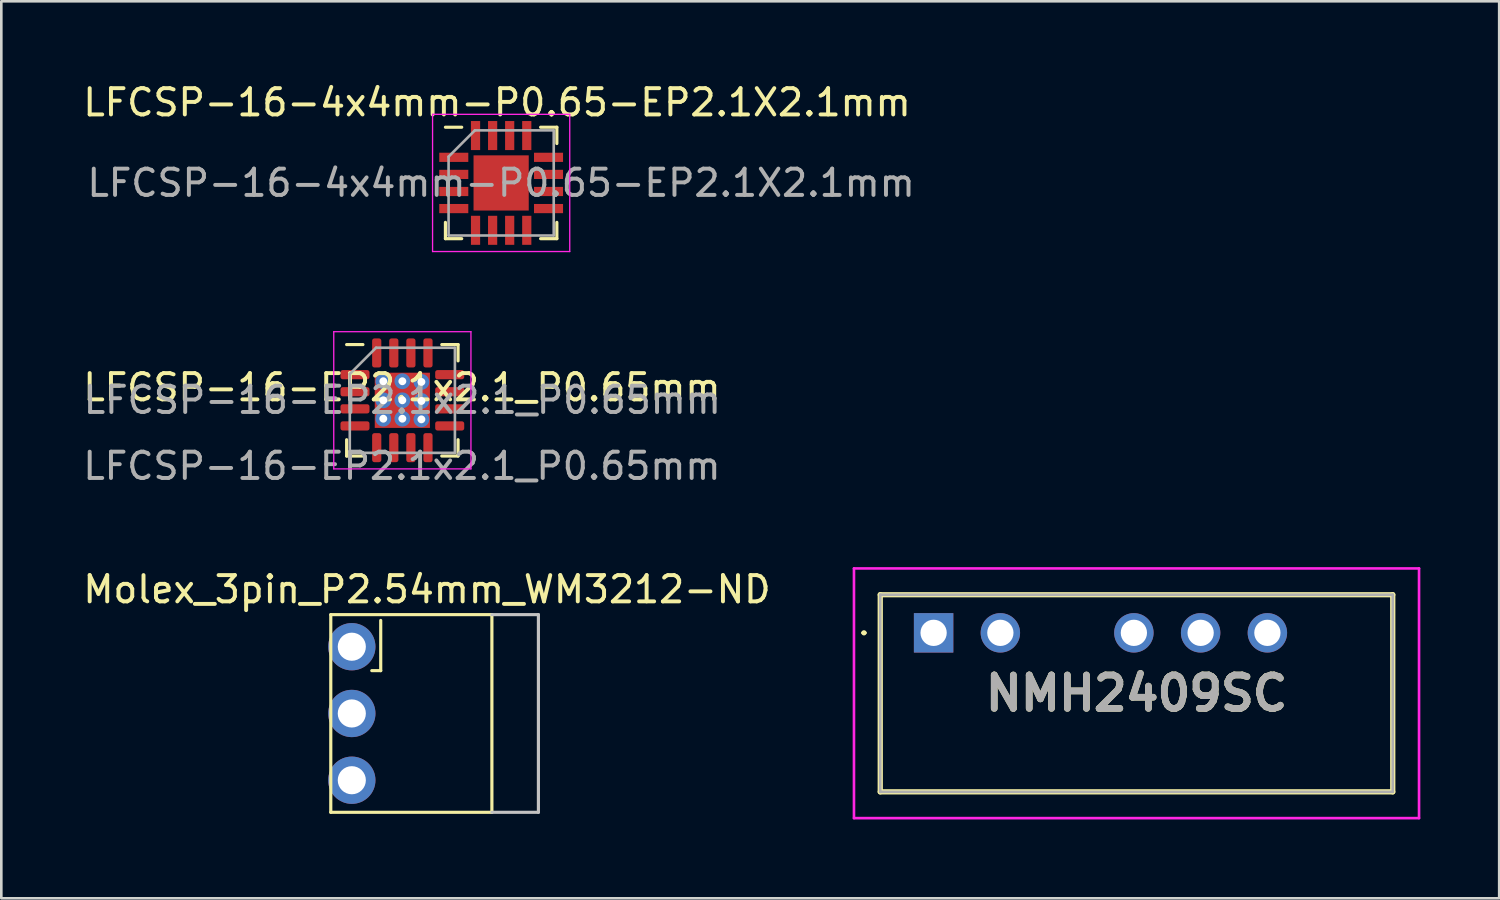
<source format=kicad_pcb>
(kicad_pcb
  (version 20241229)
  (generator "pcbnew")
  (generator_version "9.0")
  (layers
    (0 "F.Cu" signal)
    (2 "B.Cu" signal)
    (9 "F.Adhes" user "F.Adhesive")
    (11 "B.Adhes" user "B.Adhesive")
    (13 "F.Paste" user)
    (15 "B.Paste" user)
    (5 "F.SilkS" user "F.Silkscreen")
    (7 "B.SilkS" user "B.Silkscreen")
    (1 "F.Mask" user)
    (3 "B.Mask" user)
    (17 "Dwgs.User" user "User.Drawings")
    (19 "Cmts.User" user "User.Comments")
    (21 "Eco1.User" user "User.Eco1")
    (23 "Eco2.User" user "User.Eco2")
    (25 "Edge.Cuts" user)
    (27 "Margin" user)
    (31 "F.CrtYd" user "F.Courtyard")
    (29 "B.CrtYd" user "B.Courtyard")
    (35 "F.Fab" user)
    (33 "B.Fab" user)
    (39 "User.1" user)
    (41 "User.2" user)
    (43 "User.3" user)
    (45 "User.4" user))
  (footprint "LFCSP-16-EP2.1x2.1_P0.65mm"
    (layer "F.Cu")
    (at 12.259 12.181)
    (property "Reference" "LFCSP-16-EP2.1x2.1_P0.65mm" (at -0.015 -0.49 0) (unlocked yes) (layer "F.SilkS") (effects (font (size 1 1) (thickness 0.15))))
    (attr smd)
    (fp_line (start -2.12 2.12) (end -2.12 1.5) (stroke (width 0.12) (type solid)) (layer "F.SilkS"))
    (fp_line (start -1.5 -2.12) (end -2.12 -2.12) (stroke (width 0.12) (type solid)) (layer "F.SilkS"))
    (fp_line (start -1.5 2.12) (end -2.12 2.12) (stroke (width 0.12) (type solid)) (layer "F.SilkS"))
    (fp_line (start 1.5 -2.12) (end 2.12 -2.12) (stroke (width 0.12) (type solid)) (layer "F.SilkS"))
    (fp_line (start 1.5 2.12) (end 2.12 2.12) (stroke (width 0.12) (type solid)) (layer "F.SilkS"))
    (fp_line (start 2.12 -2.12) (end 2.12 -1.5) (stroke (width 0.12) (type solid)) (layer "F.SilkS"))
    (fp_line (start 2.12 2.12) (end 2.12 1.5) (stroke (width 0.12) (type solid)) (layer "F.SilkS"))
    (fp_line (start -2.61 -2.61) (end 2.61 -2.61) (stroke (width 0.05) (type solid)) (layer "F.CrtYd"))
    (fp_line (start -2.61 2.61) (end -2.61 -2.61) (stroke (width 0.05) (type solid)) (layer "F.CrtYd"))
    (fp_line (start 2.61 -2.61) (end 2.61 2.61) (stroke (width 0.05) (type solid)) (layer "F.CrtYd"))
    (fp_line (start 2.61 2.61) (end -2.61 2.61) (stroke (width 0.05) (type solid)) (layer "F.CrtYd"))
    (fp_line (start -2 2) (end -2 -1) (stroke (width 0.1) (type solid)) (layer "F.Fab"))
    (fp_line (start -1 -2) (end -2 -1) (stroke (width 0.1) (type solid)) (layer "F.Fab"))
    (fp_line (start -1 -2) (end 2 -2) (stroke (width 0.1) (type solid)) (layer "F.Fab"))
    (fp_line (start 2 -2) (end 2 2) (stroke (width 0.1) (type solid)) (layer "F.Fab"))
    (fp_line (start 2 2) (end -2 2) (stroke (width 0.1) (type solid)) (layer "F.Fab"))
    (fp_text user "${REFERENCE}" (at -0.015 2.5 0) (unlocked yes) (layer "F.Fab") (effects (font (size 1 1) (thickness 0.15))))
    (fp_text user "${REFERENCE}" (at 0 -0.01 0) (layer "F.Fab") (effects (font (size 1 1) (thickness 0.15))))
    (pad "" smd rect (at -0.525 -0.525) (size 0.9 0.9) (layers "F.Paste"))
    (pad "" smd rect (at -0.525 0.525) (size 0.9 0.9) (layers "F.Paste"))
    (pad "" smd rect (at 0.525 -0.525) (size 0.9 0.9) (layers "F.Paste"))
    (pad "" smd rect (at 0.525 0.525) (size 0.9 0.9) (layers "F.Paste"))
    (pad "1" smd roundrect (at -1.802 -0.975) (size 1.105 0.35) (layers "F.Cu" "F.Mask" "F.Paste") (roundrect_rratio 0.25))
    (pad "2" smd roundrect (at -1.802 -0.325) (size 1.105 0.35) (layers "F.Cu" "F.Mask" "F.Paste") (roundrect_rratio 0.25))
    (pad "3" smd roundrect (at -1.802 0.325) (size 1.105 0.35) (layers "F.Cu" "F.Mask" "F.Paste") (roundrect_rratio 0.25))
    (pad "4" smd roundrect (at -1.802 0.975) (size 1.105 0.35) (layers "F.Cu" "F.Mask" "F.Paste") (roundrect_rratio 0.25))
    (pad "5" smd roundrect (at -0.975 1.802) (size 0.35 1.105) (layers "F.Cu" "F.Mask" "F.Paste") (roundrect_rratio 0.25))
    (pad "6" smd roundrect (at -0.325 1.802) (size 0.35 1.105) (layers "F.Cu" "F.Mask" "F.Paste") (roundrect_rratio 0.25))
    (pad "7" smd roundrect (at 0.325 1.802) (size 0.35 1.105) (layers "F.Cu" "F.Mask" "F.Paste") (roundrect_rratio 0.25))
    (pad "8" smd roundrect (at 0.975 1.802) (size 0.35 1.105) (layers "F.Cu" "F.Mask" "F.Paste") (roundrect_rratio 0.25))
    (pad "9" smd roundrect (at 1.802 0.975) (size 1.105 0.35) (layers "F.Cu" "F.Mask" "F.Paste") (roundrect_rratio 0.25))
    (pad "10" smd roundrect (at 1.802 0.325) (size 1.105 0.35) (layers "F.Cu" "F.Mask" "F.Paste") (roundrect_rratio 0.25))
    (pad "11" smd roundrect (at 1.802 -0.325) (size 1.105 0.35) (layers "F.Cu" "F.Mask" "F.Paste") (roundrect_rratio 0.25))
    (pad "12" smd roundrect (at 1.802 -0.975) (size 1.105 0.35) (layers "F.Cu" "F.Mask" "F.Paste") (roundrect_rratio 0.25))
    (pad "13" smd roundrect (at 0.975 -1.802) (size 0.35 1.105) (layers "F.Cu" "F.Mask" "F.Paste") (roundrect_rratio 0.25))
    (pad "14" smd roundrect (at 0.325 -1.802) (size 0.35 1.105) (layers "F.Cu" "F.Mask" "F.Paste") (roundrect_rratio 0.25))
    (pad "15" smd roundrect (at -0.325 -1.802) (size 0.35 1.105) (layers "F.Cu" "F.Mask" "F.Paste") (roundrect_rratio 0.25))
    (pad "16" smd roundrect (at -0.975 -1.802) (size 0.35 1.105) (layers "F.Cu" "F.Mask" "F.Paste") (roundrect_rratio 0.25))
    (pad "17" thru_hole circle (at -0.725 -0.725) (size 0.6 0.6) (drill 0.3) (layers "*.Cu"))
    (pad "17" thru_hole circle (at -0.725 0) (size 0.6 0.6) (drill 0.3) (layers "*.Cu"))
    (pad "17" thru_hole circle (at -0.725 0.7) (size 0.6 0.6) (drill 0.3) (layers "*.Cu"))
    (pad "17" thru_hole circle (at 0 -0.725) (size 0.6 0.6) (drill 0.3) (layers "*.Cu"))
    (pad "17" thru_hole circle (at 0 0) (size 0.6 0.6) (drill 0.3) (layers "*.Cu"))
    (pad "17" smd rect (at 0 0) (size 2.1 2.1) (layers "F.Cu" "F.Mask"))
    (pad "17" thru_hole circle (at 0 0.7) (size 0.6 0.6) (drill 0.3) (layers "*.Cu"))
    (pad "17" thru_hole circle (at 0.725 -0.7) (size 0.6 0.6) (drill 0.3) (layers "*.Cu"))
    (pad "17" thru_hole circle (at 0.725 0.025) (size 0.6 0.6) (drill 0.3) (layers "*.Cu"))
    (pad "17" thru_hole circle (at 0.725 0.725) (size 0.6 0.6) (drill 0.3) (layers "*.Cu")))
  (footprint "LFCSP-16-4x4mm-P0.65-EP2.1X2.1mm"
    (layer "F.Cu")
    (at 14.216 2.936)
    (property "Reference" "LFCSP-16-4x4mm-P0.65-EP2.1X2.1mm" (at 1.647 -2.087 0) (unlocked yes) (layer "F.SilkS") (effects (font (size 1 1) (thickness 0.15))))
    (attr smd)
    (fp_line (start -0.318 3.095) (end -0.318 2.475) (stroke (width 0.12) (type solid)) (layer "F.SilkS"))
    (fp_line (start 0.302 -1.145) (end -0.318 -1.145) (stroke (width 0.12) (type solid)) (layer "F.SilkS"))
    (fp_line (start 0.302 3.095) (end -0.318 3.095) (stroke (width 0.12) (type solid)) (layer "F.SilkS"))
    (fp_line (start 3.303 -1.145) (end 3.922 -1.145) (stroke (width 0.12) (type solid)) (layer "F.SilkS"))
    (fp_line (start 3.303 3.095) (end 3.922 3.095) (stroke (width 0.12) (type solid)) (layer "F.SilkS"))
    (fp_line (start 3.922 -1.145) (end 3.922 -0.525) (stroke (width 0.12) (type solid)) (layer "F.SilkS"))
    (fp_line (start 3.922 3.095) (end 3.922 2.475) (stroke (width 0.12) (type solid)) (layer "F.SilkS"))
    (fp_line (start -0.807 -1.635) (end 4.412 -1.635) (stroke (width 0.05) (type solid)) (layer "F.CrtYd"))
    (fp_line (start -0.807 3.585) (end -0.807 -1.635) (stroke (width 0.05) (type solid)) (layer "F.CrtYd"))
    (fp_line (start 4.412 -1.635) (end 4.412 3.585) (stroke (width 0.05) (type solid)) (layer "F.CrtYd"))
    (fp_line (start 4.412 3.585) (end -0.807 3.585) (stroke (width 0.05) (type solid)) (layer "F.CrtYd"))
    (fp_line (start -0.198 2.975) (end -0.198 -0.025) (stroke (width 0.1) (type solid)) (layer "F.Fab"))
    (fp_line (start 0.802 -1.025) (end -0.198 -0.025) (stroke (width 0.1) (type solid)) (layer "F.Fab"))
    (fp_line (start 0.802 -1.025) (end 3.803 -1.025) (stroke (width 0.1) (type solid)) (layer "F.Fab"))
    (fp_line (start 3.803 -1.025) (end 3.803 2.975) (stroke (width 0.1) (type solid)) (layer "F.Fab"))
    (fp_line (start 3.803 2.975) (end -0.198 2.975) (stroke (width 0.1) (type solid)) (layer "F.Fab"))
    (fp_text user "${REFERENCE}" (at 1.802 0.975 0) (layer "F.Fab") (effects (font (size 1 1) (thickness 0.15))))
    (pad "" smd rect (at 1.278 0.45) (size 0.9 0.9) (layers "F.Paste"))
    (pad "" smd rect (at 1.278 1.5) (size 0.9 0.9) (layers "F.Paste"))
    (pad "" smd rect (at 2.328 0.45) (size 0.9 0.9) (layers "F.Paste"))
    (pad "" smd rect (at 2.328 1.5) (size 0.9 0.9) (layers "F.Paste"))
    (pad "1" smd rect (at 0 0) (size 1.105 0.35) (layers "F.Cu" "F.Mask" "F.Paste"))
    (pad "2" smd rect (at 0 0.65) (size 1.105 0.35) (layers "F.Cu" "F.Mask" "F.Paste"))
    (pad "3" smd rect (at 0 1.3) (size 1.105 0.35) (layers "F.Cu" "F.Mask" "F.Paste"))
    (pad "4" smd rect (at 0 1.95) (size 1.105 0.35) (layers "F.Cu" "F.Mask" "F.Paste"))
    (pad "5" smd rect (at 0.828 2.777) (size 0.35 1.105) (layers "F.Cu" "F.Mask" "F.Paste"))
    (pad "6" smd rect (at 1.478 2.777) (size 0.35 1.105) (layers "F.Cu" "F.Mask" "F.Paste"))
    (pad "7" smd rect (at 2.127 2.777) (size 0.35 1.105) (layers "F.Cu" "F.Mask" "F.Paste"))
    (pad "8" smd rect (at 2.777 2.777) (size 0.35 1.105) (layers "F.Cu" "F.Mask" "F.Paste"))
    (pad "9" smd rect (at 3.605 1.95) (size 1.105 0.35) (layers "F.Cu" "F.Mask" "F.Paste"))
    (pad "10" smd rect (at 3.605 1.3) (size 1.105 0.35) (layers "F.Cu" "F.Mask" "F.Paste"))
    (pad "11" smd rect (at 3.605 0.65) (size 1.105 0.35) (layers "F.Cu" "F.Mask" "F.Paste"))
    (pad "12" smd rect (at 3.605 0) (size 1.105 0.35) (layers "F.Cu" "F.Mask" "F.Paste"))
    (pad "13" smd rect (at 2.777 -0.828) (size 0.35 1.105) (layers "F.Cu" "F.Mask" "F.Paste"))
    (pad "14" smd rect (at 2.127 -0.828) (size 0.35 1.105) (layers "F.Cu" "F.Mask" "F.Paste"))
    (pad "15" smd rect (at 1.478 -0.828) (size 0.35 1.105) (layers "F.Cu" "F.Mask" "F.Paste"))
    (pad "16" smd rect (at 0.828 -0.828) (size 0.35 1.105) (layers "F.Cu" "F.Mask" "F.Paste"))
    (pad "17" smd rect (at 1.802 0.975) (size 2.1 2.1) (layers "F.Cu" "F.Mask")))
  (footprint "NMH2409SC"
    (layer "F.Cu")
    (at 32.473 21.029)
    (property "Reference" "NMH2409SC" (at 7.72 2.3 0) (layer "F.SilkS") (effects (font (size 1.27 1.27) (thickness 0.254))))
    (attr through_hole)
    (fp_line (start -2.7 0) (end -2.7 0) (stroke (width 0.1) (type solid)) (layer "F.SilkS"))
    (fp_line (start -2.6 0) (end -2.6 0) (stroke (width 0.1) (type solid)) (layer "F.SilkS"))
    (fp_line (start -2.03 -1.45) (end 17.47 -1.45) (stroke (width 0.2) (type solid)) (layer "F.SilkS"))
    (fp_line (start -2.03 6.05) (end -2.03 -1.45) (stroke (width 0.2) (type solid)) (layer "F.SilkS"))
    (fp_line (start 17.47 -1.45) (end 17.47 6.05) (stroke (width 0.2) (type solid)) (layer "F.SilkS"))
    (fp_line (start 17.47 6.05) (end -2.03 6.05) (stroke (width 0.2) (type solid)) (layer "F.SilkS"))
    (fp_arc (start -2.7 0) (mid -2.65 -0.05) (end -2.6 0) (stroke (width 0.1) (type solid)) (layer "F.SilkS"))
    (fp_arc (start -2.6 0) (mid -2.65 0.05) (end -2.7 0) (stroke (width 0.1) (type solid)) (layer "F.SilkS"))
    (fp_line (start -3.03 -2.45) (end 18.47 -2.45) (stroke (width 0.1) (type solid)) (layer "F.CrtYd"))
    (fp_line (start -3.03 7.05) (end -3.03 -2.45) (stroke (width 0.1) (type solid)) (layer "F.CrtYd"))
    (fp_line (start 18.47 -2.45) (end 18.47 7.05) (stroke (width 0.1) (type solid)) (layer "F.CrtYd"))
    (fp_line (start 18.47 7.05) (end -3.03 7.05) (stroke (width 0.1) (type solid)) (layer "F.CrtYd"))
    (fp_line (start -2.03 -1.45) (end 17.47 -1.45) (stroke (width 0.1) (type solid)) (layer "F.Fab"))
    (fp_line (start -2.03 6.05) (end -2.03 -1.45) (stroke (width 0.1) (type solid)) (layer "F.Fab"))
    (fp_line (start 17.47 -1.45) (end 17.47 6.05) (stroke (width 0.1) (type solid)) (layer "F.Fab"))
    (fp_line (start 17.47 6.05) (end -2.03 6.05) (stroke (width 0.1) (type solid)) (layer "F.Fab"))
    (fp_text user "${REFERENCE}" (at 7.72 2.3 0) (layer "F.Fab") (effects (font (size 1.27 1.27) (thickness 0.254))))
    (pad "1" thru_hole rect (at 0 0) (size 1.5 1.5) (drill 1) (layers "*.Cu" "*.Mask"))
    (pad "2" thru_hole circle (at 2.54 0) (size 1.5 1.5) (drill 1) (layers "*.Cu" "*.Mask"))
    (pad "4" thru_hole circle (at 7.62 0) (size 1.5 1.5) (drill 1) (layers "*.Cu" "*.Mask"))
    (pad "5" thru_hole circle (at 10.16 0) (size 1.5 1.5) (drill 1) (layers "*.Cu" "*.Mask"))
    (pad "6" thru_hole circle (at 12.7 0) (size 1.5 1.5) (drill 1) (layers "*.Cu" "*.Mask")))
  (footprint "Molex_3pin_P2.54mm_WM3212-ND"
    (layer "F.Cu")
    (at 10.336 21.557)
    (property "Reference" "Molex_3pin_P2.54mm_WM3212-ND" (at 2.86 -2.18 0) (layer "F.SilkS") (effects (font (size 1 1) (thickness 0.15))))
    (attr through_hole)
    (fp_line (start -0.8 -1.22) (end -0.8 6.3) (stroke (width 0.12) (type solid)) (layer "F.SilkS"))
    (fp_line (start 1.1 -1) (end 1.1 0.91) (stroke (width 0.12) (type solid)) (layer "F.SilkS"))
    (fp_line (start 1.1 0.91) (end 0.76 0.91) (stroke (width 0.12) (type solid)) (layer "F.SilkS"))
    (fp_line (start 5.33 -1.22) (end -0.8 -1.22) (stroke (width 0.12) (type solid)) (layer "F.SilkS"))
    (fp_line (start 5.33 -1.22) (end 5.33 6.3) (stroke (width 0.12) (type solid)) (layer "F.SilkS"))
    (fp_line (start 5.33 6.3) (end -0.8 6.3) (stroke (width 0.12) (type solid)) (layer "F.SilkS"))
    (fp_line (start 7.1 -1.22) (end 5.33 -1.22) (stroke (width 0.12) (type solid)) (layer "Dwgs.User"))
    (fp_line (start 7.1 -1.22) (end 7.1 6.3) (stroke (width 0.12) (type solid)) (layer "Dwgs.User"))
    (fp_line (start 7.1 6.3) (end 5.33 6.3) (stroke (width 0.12) (type solid)) (layer "Dwgs.User"))
    (pad "1" thru_hole circle (at 0 0) (size 1.8 1.8) (drill 1.07) (layers "*.Cu" "*.Mask"))
    (pad "2" thru_hole circle (at 0 2.54) (size 1.8 1.8) (drill 1.07) (layers "*.Cu" "*.Mask"))
    (pad "3" thru_hole circle (at 0 5.08) (size 1.8 1.8) (drill 1.07) (layers "*.Cu" "*.Mask")))
  (gr_rect
    (start -3 -3)
    (end 53.993 31.129)
    (stroke (width 0.1) (type default))
    (fill no)
    (layer "Edge.Cuts")))
</source>
